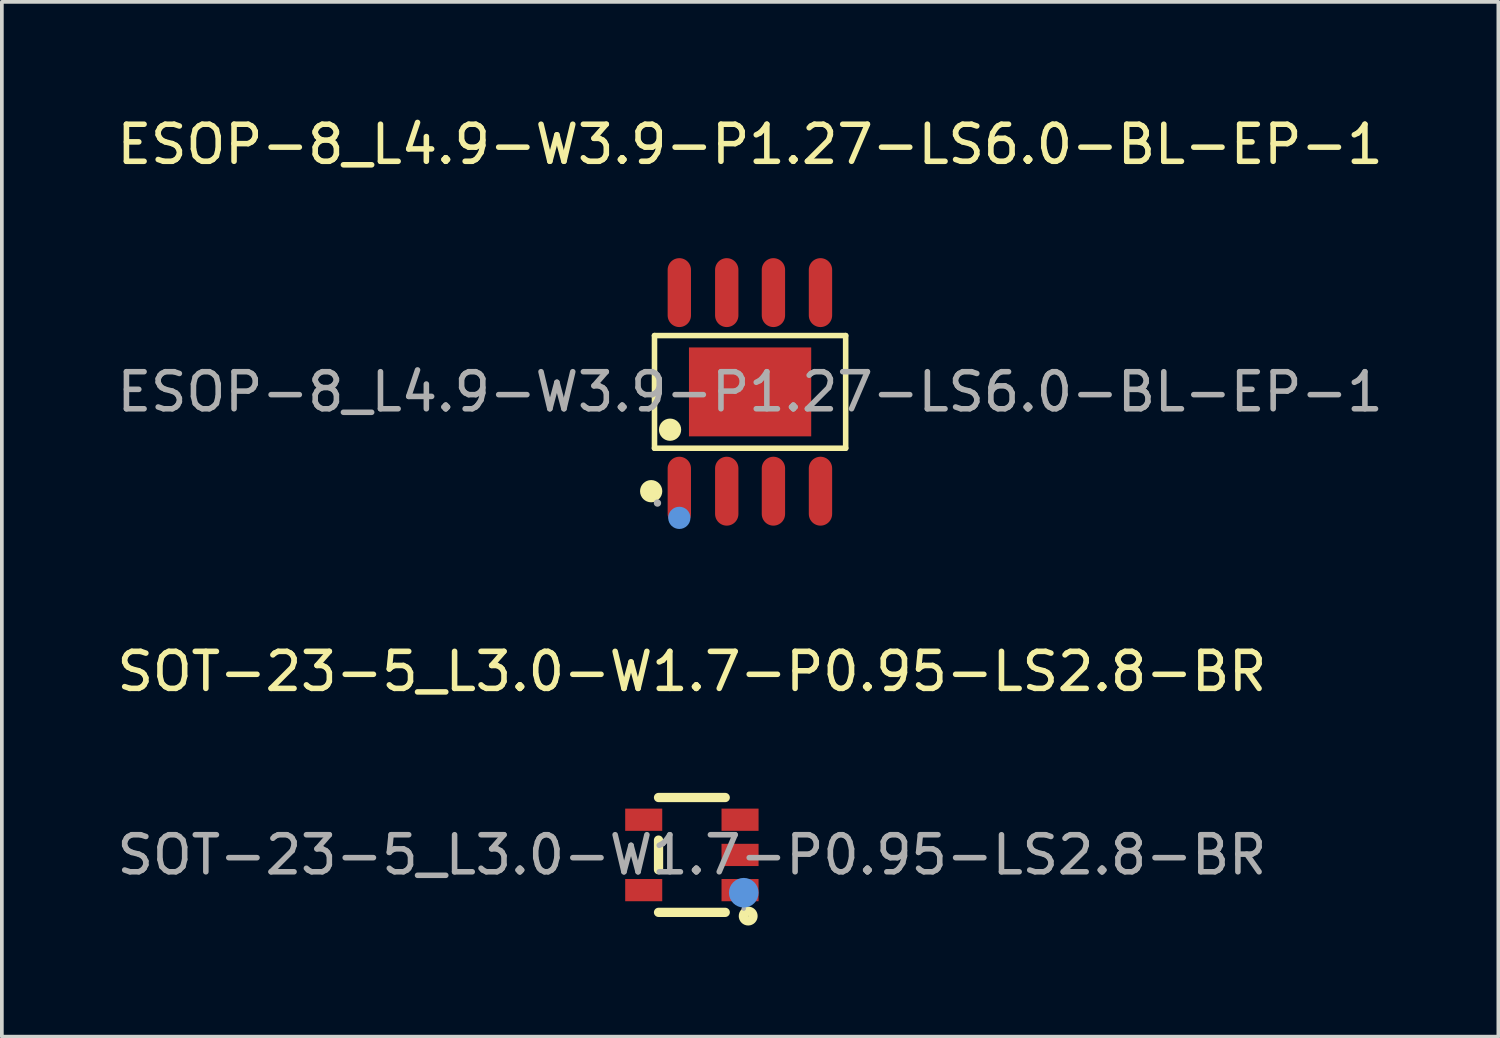
<source format=kicad_pcb>
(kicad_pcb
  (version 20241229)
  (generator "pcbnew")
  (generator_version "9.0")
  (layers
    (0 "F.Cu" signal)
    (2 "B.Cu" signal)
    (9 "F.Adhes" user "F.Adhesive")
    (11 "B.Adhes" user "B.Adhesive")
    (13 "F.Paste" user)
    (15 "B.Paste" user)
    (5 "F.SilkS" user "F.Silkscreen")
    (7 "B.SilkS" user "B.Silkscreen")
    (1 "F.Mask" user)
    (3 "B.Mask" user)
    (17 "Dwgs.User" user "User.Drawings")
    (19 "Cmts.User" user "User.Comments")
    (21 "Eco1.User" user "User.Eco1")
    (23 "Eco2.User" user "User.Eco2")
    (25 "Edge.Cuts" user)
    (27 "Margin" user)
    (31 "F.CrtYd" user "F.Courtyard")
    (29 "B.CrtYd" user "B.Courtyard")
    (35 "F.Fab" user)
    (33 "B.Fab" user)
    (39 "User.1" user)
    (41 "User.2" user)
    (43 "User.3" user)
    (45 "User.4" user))
  (footprint "SOT-23-5_L3.0-W1.7-P0.95-LS2.8-BR"
    (layer "F.Cu")
    (at 15.625 20.026)
    (property "Reference" "SOT-23-5_L3.0-W1.7-P0.95-LS2.8-BR" (at 0 -4.95 0) (layer "F.SilkS") (effects (font (size 1 1) (thickness 0.15))))
    (attr smd)
    (fp_line (start -0.9 -1.55) (end 0.9 -1.55) (stroke (width 0.25) (type solid)) (layer "F.SilkS"))
    (fp_line (start -0.9 0.4) (end -0.9 -0.4) (stroke (width 0.25) (type solid)) (layer "F.SilkS"))
    (fp_line (start -0.9 1.55) (end 0.9 1.55) (stroke (width 0.25) (type solid)) (layer "F.SilkS"))
    (fp_circle (center 1.52 1.65) (end 1.65 1.65) (stroke (width 0.25) (type solid)) (fill no) (layer "F.SilkS"))
    (fp_circle (center 1.4 1.02) (end 1.6 1.02) (stroke (width 0.4) (type solid)) (fill no) (layer "Cmts.User"))
    (fp_circle (center 1.4 1.45) (end 1.43 1.45) (stroke (width 0.06) (type solid)) (fill no) (layer "F.Fab"))
    (fp_text user "${REFERENCE}" (at 0 0 0) (layer "F.Fab") (effects (font (size 1 1) (thickness 0.15))))
    (pad "1" smd rect (at 1.3 0.95) (size 1 0.6) (layers "F.Cu" "F.Mask" "F.Paste"))
    (pad "2" smd rect (at 1.3 0) (size 1 0.6) (layers "F.Cu" "F.Mask" "F.Paste"))
    (pad "3" smd rect (at 1.3 -0.95) (size 1 0.6) (layers "F.Cu" "F.Mask" "F.Paste"))
    (pad "4" smd rect (at -1.3 -0.95) (size 1 0.6) (layers "F.Cu" "F.Mask" "F.Paste"))
    (pad "5" smd rect (at -1.3 0.95) (size 1 0.6) (layers "F.Cu" "F.Mask" "F.Paste")))
  (footprint "ESOP-8_L4.9-W3.9-P1.27-LS6.0-BL-EP-1"
    (layer "F.Cu")
    (at 17.196 7.528)
    (property "Reference" "ESOP-8_L4.9-W3.9-P1.27-LS6.0-BL-EP-1" (at 0 -6.68 0) (layer "F.SilkS") (effects (font (size 1 1) (thickness 0.15))))
    (attr smd)
    (fp_line (start -2.58 -1.52) (end 2.58 -1.52) (stroke (width 0.15) (type solid)) (layer "F.SilkS"))
    (fp_line (start -2.58 1.52) (end -2.58 -1.52) (stroke (width 0.15) (type solid)) (layer "F.SilkS"))
    (fp_line (start 2.58 -1.52) (end 2.58 1.52) (stroke (width 0.15) (type solid)) (layer "F.SilkS"))
    (fp_line (start 2.58 1.52) (end -2.58 1.52) (stroke (width 0.15) (type solid)) (layer "F.SilkS"))
    (fp_circle (center -2.67 2.68) (end -2.52 2.68) (stroke (width 0.3) (type solid)) (fill no) (layer "F.SilkS"))
    (fp_circle (center -2.16 1.02) (end -2.01 1.02) (stroke (width 0.3) (type solid)) (fill no) (layer "F.SilkS"))
    (fp_circle (center -1.91 3.4) (end -1.76 3.4) (stroke (width 0.3) (type solid)) (fill no) (layer "Cmts.User"))
    (fp_circle (center -2.5 3) (end -2.45 3) (stroke (width 0.1) (type solid)) (fill no) (layer "F.Fab"))
    (fp_text user "${REFERENCE}" (at 0 0 0) (layer "F.Fab") (effects (font (size 1 1) (thickness 0.15))))
    (pad "1" smd oval (at -1.91 2.68) (size 0.63 1.86) (layers "F.Cu" "F.Mask" "F.Paste"))
    (pad "2" smd oval (at -0.63 2.68) (size 0.63 1.86) (layers "F.Cu" "F.Mask" "F.Paste"))
    (pad "3" smd oval (at 0.63 2.68) (size 0.63 1.86) (layers "F.Cu" "F.Mask" "F.Paste"))
    (pad "4" smd oval (at 1.9 2.68) (size 0.63 1.86) (layers "F.Cu" "F.Mask" "F.Paste"))
    (pad "5" smd oval (at 1.9 -2.68) (size 0.63 1.86) (layers "F.Cu" "F.Mask" "F.Paste"))
    (pad "6" smd oval (at 0.63 -2.68) (size 0.63 1.86) (layers "F.Cu" "F.Mask" "F.Paste"))
    (pad "7" smd oval (at -0.63 -2.68) (size 0.63 1.86) (layers "F.Cu" "F.Mask" "F.Paste"))
    (pad "8" smd oval (at -1.91 -2.68) (size 0.63 1.86) (layers "F.Cu" "F.Mask" "F.Paste"))
    (pad "9" smd rect (at 0 0) (size 3.3 2.4) (layers "F.Cu" "F.Mask" "F.Paste")))
  (gr_rect
    (start -3 -3)
    (end 37.393 24.931)
    (stroke (width 0.1) (type default))
    (fill no)
    (layer "Edge.Cuts")))
</source>
